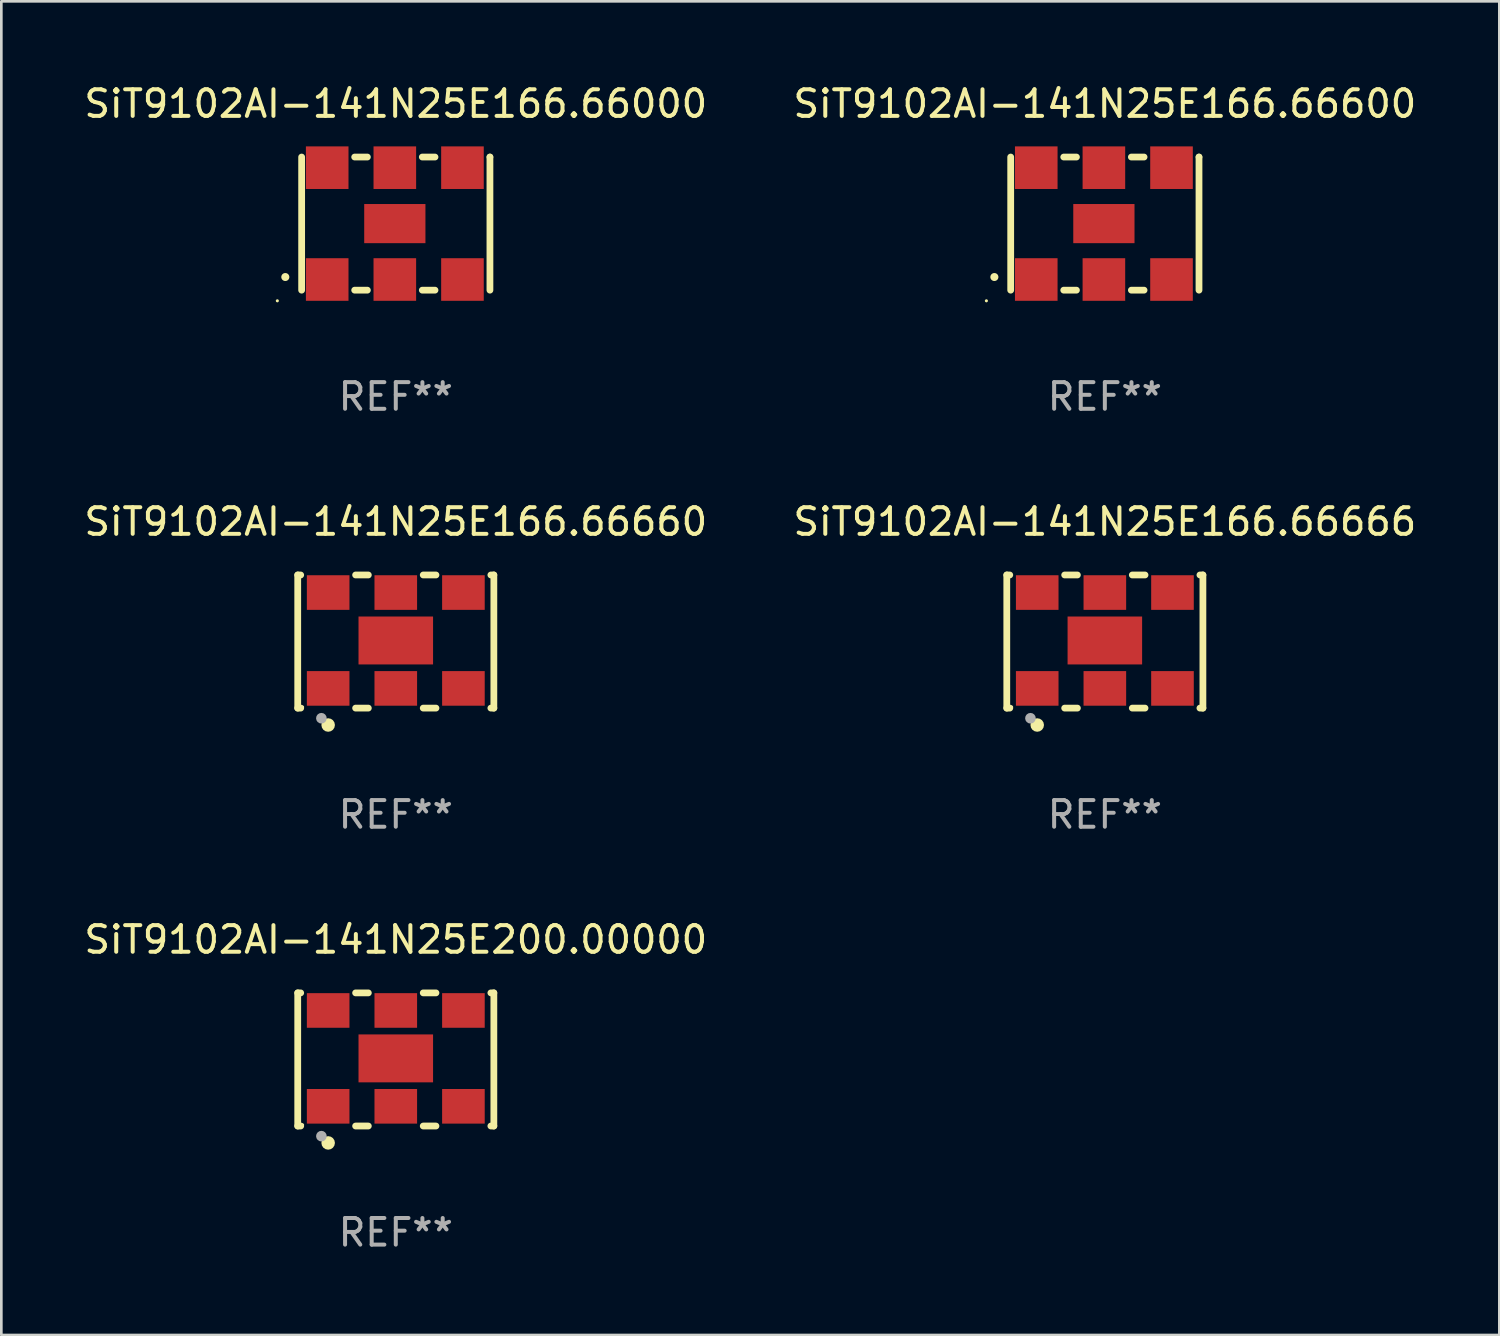
<source format=kicad_pcb>
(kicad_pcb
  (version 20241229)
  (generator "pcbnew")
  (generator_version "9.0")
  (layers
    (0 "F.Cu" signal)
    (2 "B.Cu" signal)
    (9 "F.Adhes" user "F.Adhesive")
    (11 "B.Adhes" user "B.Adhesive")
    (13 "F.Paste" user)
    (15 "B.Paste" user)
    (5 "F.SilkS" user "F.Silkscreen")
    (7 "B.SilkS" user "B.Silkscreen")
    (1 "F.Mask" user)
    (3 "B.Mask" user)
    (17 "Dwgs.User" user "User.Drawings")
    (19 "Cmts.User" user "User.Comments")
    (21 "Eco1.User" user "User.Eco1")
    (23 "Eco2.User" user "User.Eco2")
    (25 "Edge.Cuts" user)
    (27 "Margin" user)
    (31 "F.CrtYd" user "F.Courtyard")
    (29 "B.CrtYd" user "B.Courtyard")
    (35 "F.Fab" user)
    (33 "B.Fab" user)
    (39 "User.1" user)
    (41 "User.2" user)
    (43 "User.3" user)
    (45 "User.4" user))
  (footprint "SiT9102AI-141N25E166.66600"
    (layer "F.Cu")
    (at 38.446 5.348)
    (property "Reference" "SiT9102AI-141N25E166.66600" (at 0 -4.5 0) (layer "F.SilkS") (effects (font (size 1 1) (thickness 0.15))))
    (attr through_hole)
    (fp_line (start -3.536 -2.5) (end -3.536 2.5) (stroke (width 0.254) (type solid)) (layer "F.SilkS"))
    (fp_line (start -1.544 2.5) (end -1.067 2.5) (stroke (width 0.254) (type solid)) (layer "F.SilkS"))
    (fp_line (start -1.067 -2.5) (end -1.544 -2.5) (stroke (width 0.254) (type solid)) (layer "F.SilkS"))
    (fp_line (start 0.996 2.5) (end 1.473 2.5) (stroke (width 0.254) (type solid)) (layer "F.SilkS"))
    (fp_line (start 1.473 -2.5) (end 0.996 -2.5) (stroke (width 0.254) (type solid)) (layer "F.SilkS"))
    (fp_line (start 3.536 -2.5) (end 3.536 -2.5) (stroke (width 0.254) (type solid)) (layer "F.SilkS"))
    (fp_line (start 3.536 2.5) (end 3.536 -2.5) (stroke (width 0.254) (type solid)) (layer "F.SilkS"))
    (fp_arc (start -4.150432 2.006604) (mid -4.149162 2.006599) (end -4.147892 2.006604) (stroke (width 0.3) (type solid)) (layer "F.SilkS"))
    (fp_circle (center -4.449 2.9) (end -4.419 2.9) (stroke (width 0.06) (type solid)) (fill no) (layer "F.SilkS"))
    (fp_text user "REF**" (at 0 6.5 0) (layer "F.Fab") (effects (font (size 1 1) (thickness 0.15))))
    (pad "1" smd rect (at -2.576 2.1) (size 1.6 1.6) (layers "F.Cu" "F.Mask" "F.Paste"))
    (pad "2" smd rect (at -0.036 2.1) (size 1.6 1.6) (layers "F.Cu" "F.Mask" "F.Paste"))
    (pad "3" smd rect (at 2.504 2.1) (size 1.6 1.6) (layers "F.Cu" "F.Mask" "F.Paste"))
    (pad "4" smd rect (at 2.504 -2.1) (size 1.6 1.6) (layers "F.Cu" "F.Mask" "F.Paste"))
    (pad "5" smd rect (at -0.036 -2.1) (size 1.6 1.6) (layers "F.Cu" "F.Mask" "F.Paste"))
    (pad "6" smd rect (at -2.576 -2.1) (size 1.6 1.6) (layers "F.Cu" "F.Mask" "F.Paste"))
    (pad "7" smd rect (at -0.036 0) (size 2.3 1.47) (layers "F.Cu" "F.Mask" "F.Paste")))
  (footprint "SiT9102AI-141N25E166.66666"
    (layer "F.Cu")
    (at 38.446 21.045)
    (property "Reference" "SiT9102AI-141N25E166.66666" (at 0 -4.5 0) (layer "F.SilkS") (effects (font (size 1 1) (thickness 0.15))))
    (attr through_hole)
    (fp_line (start -3.683 -2.5) (end -3.571 -2.5) (stroke (width 0.254) (type solid)) (layer "F.SilkS"))
    (fp_line (start -3.683 2.5) (end -3.683 -2.5) (stroke (width 0.254) (type solid)) (layer "F.SilkS"))
    (fp_line (start -3.683 2.5) (end -3.571 2.5) (stroke (width 0.254) (type solid)) (layer "F.SilkS"))
    (fp_line (start -1.509 -2.5) (end -1.031 -2.5) (stroke (width 0.254) (type solid)) (layer "F.SilkS"))
    (fp_line (start -1.509 2.5) (end -1.031 2.5) (stroke (width 0.254) (type solid)) (layer "F.SilkS"))
    (fp_line (start 1.031 -2.5) (end 1.509 -2.5) (stroke (width 0.254) (type solid)) (layer "F.SilkS"))
    (fp_line (start 1.031 2.5) (end 1.509 2.5) (stroke (width 0.254) (type solid)) (layer "F.SilkS"))
    (fp_line (start 3.571 -2.5) (end 3.683 -2.5) (stroke (width 0.254) (type solid)) (layer "F.SilkS"))
    (fp_line (start 3.571 2.5) (end 3.683 2.5) (stroke (width 0.254) (type solid)) (layer "F.SilkS"))
    (fp_line (start 3.683 2.5) (end 3.683 -2.5) (stroke (width 0.254) (type solid)) (layer "F.SilkS"))
    (fp_circle (center -3.5 2.46) (end -3.47 2.46) (stroke (width 0.06) (type solid)) (fill no) (layer "F.SilkS"))
    (fp_circle (center -2.54 3.135) (end -2.413 3.135) (stroke (width 0.254) (type solid)) (fill no) (layer "F.SilkS"))
    (fp_circle (center -2.794 2.881) (end -2.694 2.881) (stroke (width 0.2) (type solid)) (fill no) (layer "F.Fab"))
    (fp_text user "REF**" (at 0 6.5 0) (layer "F.Fab") (effects (font (size 1 1) (thickness 0.15))))
    (pad "1" smd rect (at -2.54 1.76) (size 1.6 1.3) (layers "F.Cu" "F.Mask" "F.Paste"))
    (pad "2" smd rect (at 0 1.76) (size 1.6 1.3) (layers "F.Cu" "F.Mask" "F.Paste"))
    (pad "3" smd rect (at 2.54 1.76) (size 1.6 1.3) (layers "F.Cu" "F.Mask" "F.Paste"))
    (pad "4" smd rect (at 2.54 -1.84) (size 1.6 1.3) (layers "F.Cu" "F.Mask" "F.Paste"))
    (pad "5" smd rect (at 0 -1.84) (size 1.6 1.3) (layers "F.Cu" "F.Mask" "F.Paste"))
    (pad "6" smd rect (at -2.54 -1.84) (size 1.6 1.3) (layers "F.Cu" "F.Mask" "F.Paste"))
    (pad "7" smd rect (at 0 -0.04) (size 2.8 1.8) (layers "F.Cu" "F.Mask" "F.Paste")))
  (footprint "SiT9102AI-141N25E166.66000"
    (layer "F.Cu")
    (at 11.815 5.348)
    (property "Reference" "SiT9102AI-141N25E166.66000" (at 0 -4.5 0) (layer "F.SilkS") (effects (font (size 1 1) (thickness 0.15))))
    (attr through_hole)
    (fp_line (start -3.536 -2.5) (end -3.536 2.5) (stroke (width 0.254) (type solid)) (layer "F.SilkS"))
    (fp_line (start -1.544 2.5) (end -1.067 2.5) (stroke (width 0.254) (type solid)) (layer "F.SilkS"))
    (fp_line (start -1.067 -2.5) (end -1.544 -2.5) (stroke (width 0.254) (type solid)) (layer "F.SilkS"))
    (fp_line (start 0.996 2.5) (end 1.473 2.5) (stroke (width 0.254) (type solid)) (layer "F.SilkS"))
    (fp_line (start 1.473 -2.5) (end 0.996 -2.5) (stroke (width 0.254) (type solid)) (layer "F.SilkS"))
    (fp_line (start 3.536 -2.5) (end 3.536 -2.5) (stroke (width 0.254) (type solid)) (layer "F.SilkS"))
    (fp_line (start 3.536 2.5) (end 3.536 -2.5) (stroke (width 0.254) (type solid)) (layer "F.SilkS"))
    (fp_arc (start -4.150432 2.006604) (mid -4.149162 2.006599) (end -4.147892 2.006604) (stroke (width 0.3) (type solid)) (layer "F.SilkS"))
    (fp_circle (center -4.449 2.9) (end -4.419 2.9) (stroke (width 0.06) (type solid)) (fill no) (layer "F.SilkS"))
    (fp_text user "REF**" (at 0 6.5 0) (layer "F.Fab") (effects (font (size 1 1) (thickness 0.15))))
    (pad "1" smd rect (at -2.576 2.1) (size 1.6 1.6) (layers "F.Cu" "F.Mask" "F.Paste"))
    (pad "2" smd rect (at -0.036 2.1) (size 1.6 1.6) (layers "F.Cu" "F.Mask" "F.Paste"))
    (pad "3" smd rect (at 2.504 2.1) (size 1.6 1.6) (layers "F.Cu" "F.Mask" "F.Paste"))
    (pad "4" smd rect (at 2.504 -2.1) (size 1.6 1.6) (layers "F.Cu" "F.Mask" "F.Paste"))
    (pad "5" smd rect (at -0.036 -2.1) (size 1.6 1.6) (layers "F.Cu" "F.Mask" "F.Paste"))
    (pad "6" smd rect (at -2.576 -2.1) (size 1.6 1.6) (layers "F.Cu" "F.Mask" "F.Paste"))
    (pad "7" smd rect (at -0.036 0) (size 2.3 1.47) (layers "F.Cu" "F.Mask" "F.Paste")))
  (footprint "SiT9102AI-141N25E200.00000"
    (layer "F.Cu")
    (at 11.815 36.741)
    (property "Reference" "SiT9102AI-141N25E200.00000" (at 0 -4.5 0) (layer "F.SilkS") (effects (font (size 1 1) (thickness 0.15))))
    (attr through_hole)
    (fp_line (start -3.683 -2.5) (end -3.571 -2.5) (stroke (width 0.254) (type solid)) (layer "F.SilkS"))
    (fp_line (start -3.683 2.5) (end -3.683 -2.5) (stroke (width 0.254) (type solid)) (layer "F.SilkS"))
    (fp_line (start -3.683 2.5) (end -3.571 2.5) (stroke (width 0.254) (type solid)) (layer "F.SilkS"))
    (fp_line (start -1.509 -2.5) (end -1.031 -2.5) (stroke (width 0.254) (type solid)) (layer "F.SilkS"))
    (fp_line (start -1.509 2.5) (end -1.031 2.5) (stroke (width 0.254) (type solid)) (layer "F.SilkS"))
    (fp_line (start 1.031 -2.5) (end 1.509 -2.5) (stroke (width 0.254) (type solid)) (layer "F.SilkS"))
    (fp_line (start 1.031 2.5) (end 1.509 2.5) (stroke (width 0.254) (type solid)) (layer "F.SilkS"))
    (fp_line (start 3.571 -2.5) (end 3.683 -2.5) (stroke (width 0.254) (type solid)) (layer "F.SilkS"))
    (fp_line (start 3.571 2.5) (end 3.683 2.5) (stroke (width 0.254) (type solid)) (layer "F.SilkS"))
    (fp_line (start 3.683 2.5) (end 3.683 -2.5) (stroke (width 0.254) (type solid)) (layer "F.SilkS"))
    (fp_circle (center -3.5 2.46) (end -3.47 2.46) (stroke (width 0.06) (type solid)) (fill no) (layer "F.SilkS"))
    (fp_circle (center -2.54 3.135) (end -2.413 3.135) (stroke (width 0.254) (type solid)) (fill no) (layer "F.SilkS"))
    (fp_circle (center -2.794 2.881) (end -2.694 2.881) (stroke (width 0.2) (type solid)) (fill no) (layer "F.Fab"))
    (fp_text user "REF**" (at 0 6.5 0) (layer "F.Fab") (effects (font (size 1 1) (thickness 0.15))))
    (pad "1" smd rect (at -2.54 1.76) (size 1.6 1.3) (layers "F.Cu" "F.Mask" "F.Paste"))
    (pad "2" smd rect (at 0 1.76) (size 1.6 1.3) (layers "F.Cu" "F.Mask" "F.Paste"))
    (pad "3" smd rect (at 2.54 1.76) (size 1.6 1.3) (layers "F.Cu" "F.Mask" "F.Paste"))
    (pad "4" smd rect (at 2.54 -1.84) (size 1.6 1.3) (layers "F.Cu" "F.Mask" "F.Paste"))
    (pad "5" smd rect (at 0 -1.84) (size 1.6 1.3) (layers "F.Cu" "F.Mask" "F.Paste"))
    (pad "6" smd rect (at -2.54 -1.84) (size 1.6 1.3) (layers "F.Cu" "F.Mask" "F.Paste"))
    (pad "7" smd rect (at 0 -0.04) (size 2.8 1.8) (layers "F.Cu" "F.Mask" "F.Paste")))
  (footprint "SiT9102AI-141N25E166.66660"
    (layer "F.Cu")
    (at 11.815 21.045)
    (property "Reference" "SiT9102AI-141N25E166.66660" (at 0 -4.5 0) (layer "F.SilkS") (effects (font (size 1 1) (thickness 0.15))))
    (attr through_hole)
    (fp_line (start -3.683 -2.5) (end -3.571 -2.5) (stroke (width 0.254) (type solid)) (layer "F.SilkS"))
    (fp_line (start -3.683 2.5) (end -3.683 -2.5) (stroke (width 0.254) (type solid)) (layer "F.SilkS"))
    (fp_line (start -3.683 2.5) (end -3.571 2.5) (stroke (width 0.254) (type solid)) (layer "F.SilkS"))
    (fp_line (start -1.509 -2.5) (end -1.031 -2.5) (stroke (width 0.254) (type solid)) (layer "F.SilkS"))
    (fp_line (start -1.509 2.5) (end -1.031 2.5) (stroke (width 0.254) (type solid)) (layer "F.SilkS"))
    (fp_line (start 1.031 -2.5) (end 1.509 -2.5) (stroke (width 0.254) (type solid)) (layer "F.SilkS"))
    (fp_line (start 1.031 2.5) (end 1.509 2.5) (stroke (width 0.254) (type solid)) (layer "F.SilkS"))
    (fp_line (start 3.571 -2.5) (end 3.683 -2.5) (stroke (width 0.254) (type solid)) (layer "F.SilkS"))
    (fp_line (start 3.571 2.5) (end 3.683 2.5) (stroke (width 0.254) (type solid)) (layer "F.SilkS"))
    (fp_line (start 3.683 2.5) (end 3.683 -2.5) (stroke (width 0.254) (type solid)) (layer "F.SilkS"))
    (fp_circle (center -3.5 2.46) (end -3.47 2.46) (stroke (width 0.06) (type solid)) (fill no) (layer "F.SilkS"))
    (fp_circle (center -2.54 3.135) (end -2.413 3.135) (stroke (width 0.254) (type solid)) (fill no) (layer "F.SilkS"))
    (fp_circle (center -2.794 2.881) (end -2.694 2.881) (stroke (width 0.2) (type solid)) (fill no) (layer "F.Fab"))
    (fp_text user "REF**" (at 0 6.5 0) (layer "F.Fab") (effects (font (size 1 1) (thickness 0.15))))
    (pad "1" smd rect (at -2.54 1.76) (size 1.6 1.3) (layers "F.Cu" "F.Mask" "F.Paste"))
    (pad "2" smd rect (at 0 1.76) (size 1.6 1.3) (layers "F.Cu" "F.Mask" "F.Paste"))
    (pad "3" smd rect (at 2.54 1.76) (size 1.6 1.3) (layers "F.Cu" "F.Mask" "F.Paste"))
    (pad "4" smd rect (at 2.54 -1.84) (size 1.6 1.3) (layers "F.Cu" "F.Mask" "F.Paste"))
    (pad "5" smd rect (at 0 -1.84) (size 1.6 1.3) (layers "F.Cu" "F.Mask" "F.Paste"))
    (pad "6" smd rect (at -2.54 -1.84) (size 1.6 1.3) (layers "F.Cu" "F.Mask" "F.Paste"))
    (pad "7" smd rect (at 0 -0.04) (size 2.8 1.8) (layers "F.Cu" "F.Mask" "F.Paste")))
  (gr_rect
    (start -3 -3)
    (end 53.262 47.09)
    (stroke (width 0.1) (type default))
    (fill no)
    (layer "Edge.Cuts")))
</source>
